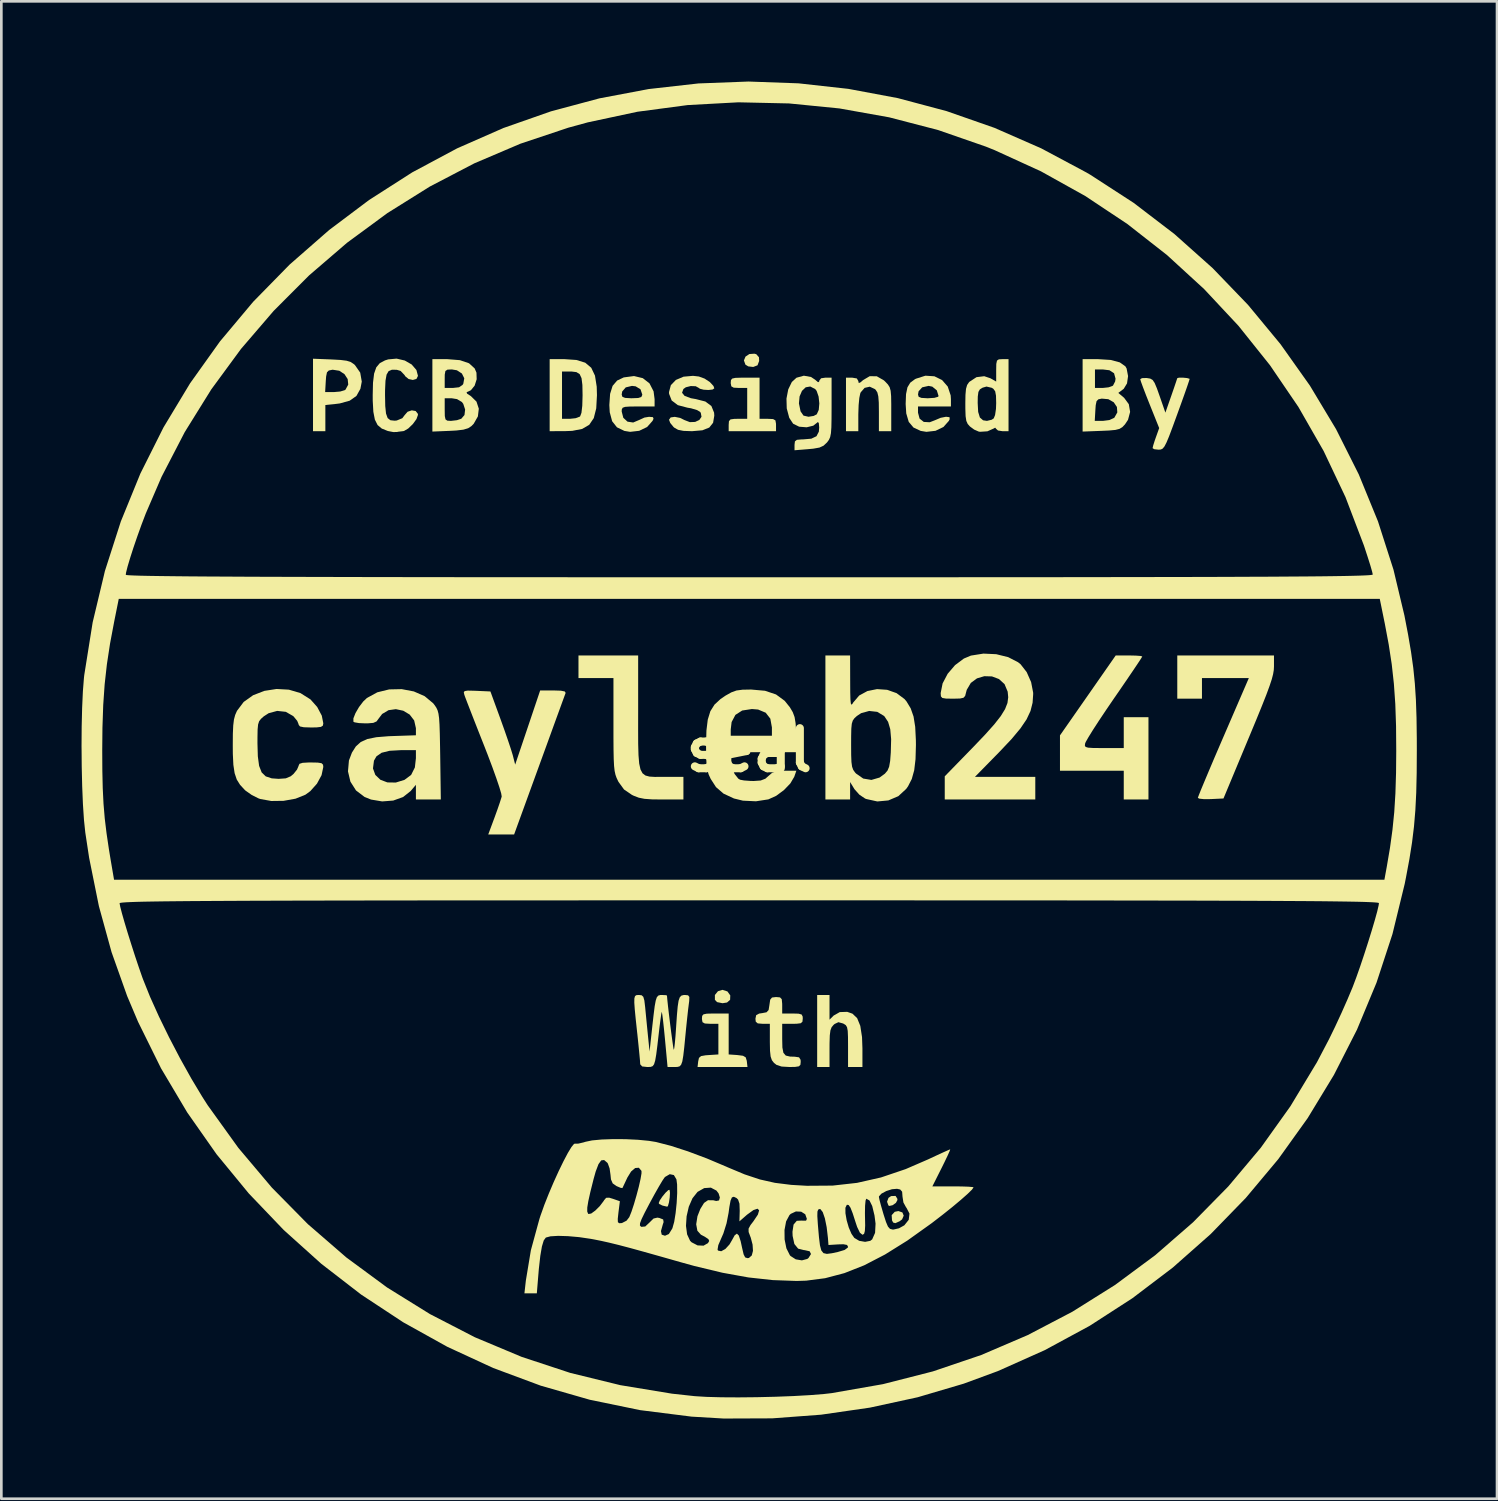
<source format=kicad_pcb>
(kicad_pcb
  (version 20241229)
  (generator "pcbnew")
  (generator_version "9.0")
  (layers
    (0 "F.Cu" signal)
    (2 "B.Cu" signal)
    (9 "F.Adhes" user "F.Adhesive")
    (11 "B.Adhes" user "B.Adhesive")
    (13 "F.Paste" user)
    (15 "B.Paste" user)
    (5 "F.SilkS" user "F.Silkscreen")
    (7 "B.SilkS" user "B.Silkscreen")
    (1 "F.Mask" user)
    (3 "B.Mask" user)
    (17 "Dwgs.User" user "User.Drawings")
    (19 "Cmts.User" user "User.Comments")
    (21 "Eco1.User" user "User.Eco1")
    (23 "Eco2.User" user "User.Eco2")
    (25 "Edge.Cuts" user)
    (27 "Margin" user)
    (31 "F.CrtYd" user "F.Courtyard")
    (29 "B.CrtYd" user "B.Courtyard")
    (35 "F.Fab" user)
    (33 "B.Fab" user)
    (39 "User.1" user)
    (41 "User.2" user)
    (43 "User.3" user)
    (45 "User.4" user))
  (footprint "seal"
    (layer "F.Cu")
    (at 24.976 25.008)
    (property "Reference" "seal" (at 0 0 0) (layer "F.SilkS") (effects (font (size 1.5 1.5) (thickness 0.3))))
    (attr board_only exclude_from_pos_files exclude_from_bom)
    (fp_poly (pts (xy -0.816 9.027) (xy -0.71 9.175) (xy -0.717 9.341) (xy -0.832 9.441) (xy -1.001 9.467) (xy -1.203 9.426) (xy -1.285 9.341) (xy -1.286 9.159) (xy -1.171 9.018) (xy -1.001 8.967)) (stroke (width 0) (type solid)) (fill yes) (layer "F.SilkS"))
    (fp_poly (pts (xy 5.539 16.781) (xy 5.542 16.828) (xy 5.486 16.934) (xy 5.363 17.022) (xy 5.241 17.05) (xy 5.206 17.033) (xy 5.154 16.893) (xy 5.208 16.747) (xy 5.306 16.681) (xy 5.473 16.675)) (stroke (width 0) (type solid)) (fill yes) (layer "F.SilkS"))
    (fp_poly (pts (xy 5.728 17.293) (xy 5.777 17.413) (xy 5.717 17.552) (xy 5.624 17.623) (xy 5.465 17.694) (xy 5.382 17.671) (xy 5.339 17.588) (xy 5.327 17.394) (xy 5.442 17.269) (xy 5.578 17.241)) (stroke (width 0) (type solid)) (fill yes) (layer "F.SilkS"))
    (fp_poly (pts (xy 0.263 -14.809) (xy 0.363 -14.695) (xy 0.37 -14.557) (xy 0.309 -14.394) (xy 0.15 -14.332) (xy 0.147 -14.332) (xy -0.037 -14.353) (xy -0.143 -14.418) (xy -0.2 -14.576) (xy -0.14 -14.72) (xy 0.004 -14.815) (xy 0.195 -14.828)) (stroke (width 0) (type solid)) (fill yes) (layer "F.SilkS"))
    (fp_poly (pts (xy -2.966 16.557) (xy -2.976 16.734) (xy -3.003 16.918) (xy -3.041 17.05) (xy -3.068 17.078) (xy -3.177 17.053) (xy -3.252 17.034) (xy -3.366 16.978) (xy -3.387 16.943) (xy -3.346 16.842) (xy -3.249 16.698) (xy -3.132 16.556) (xy -3.03 16.459) (xy -2.982 16.447)) (stroke (width 0) (type solid)) (fill yes) (layer "F.SilkS"))
    (fp_poly (pts (xy -0.77 10.617) (xy -0.77 11.383) (xy -0.443 11.406) (xy -0.234 11.433) (xy -0.133 11.492) (xy -0.095 11.615) (xy -0.091 11.642) (xy -0.067 11.853) (xy -1.001 11.853) (xy -1.934 11.853) (xy -1.91 11.642) (xy -1.881 11.512) (xy -1.803 11.445) (xy -1.633 11.415) (xy -1.52 11.407) (xy -1.155 11.383) (xy -1.155 10.81) (xy -1.155 10.237) (xy -1.462 10.237) (xy -1.661 10.226) (xy -1.749 10.177) (xy -1.77 10.061) (xy -1.77 10.045) (xy -1.762 9.941) (xy -1.712 9.883) (xy -1.587 9.858) (xy -1.352 9.852) (xy -1.27 9.852) (xy -0.77 9.852)) (stroke (width 0) (type solid)) (fill yes) (layer "F.SilkS"))
    (fp_poly (pts (xy 0.385 -13.162) (xy 0.385 -12.392) (xy 0.693 -12.392) (xy 0.89 -12.383) (xy 0.978 -12.334) (xy 1 -12.211) (xy 1.001 -12.161) (xy 1.001 -11.93) (xy 0.115 -11.93) (xy -0.77 -11.93) (xy -0.77 -12.161) (xy -0.76 -12.303) (xy -0.702 -12.37) (xy -0.554 -12.391) (xy -0.423 -12.392) (xy -0.077 -12.392) (xy -0.077 -12.969) (xy -0.077 -13.547) (xy -0.385 -13.547) (xy -0.583 -13.557) (xy -0.671 -13.607) (xy -0.693 -13.722) (xy -0.693 -13.739) (xy -0.685 -13.84) (xy -0.639 -13.897) (xy -0.521 -13.924) (xy -0.298 -13.931) (xy -0.154 -13.932) (xy 0.385 -13.932)) (stroke (width 0) (type solid)) (fill yes) (layer "F.SilkS"))
    (fp_poly (pts (xy 19.627 -3.13) (xy 19.62 -2.996) (xy 19.594 -2.841) (xy 19.544 -2.648) (xy 19.462 -2.401) (xy 19.345 -2.082) (xy 19.184 -1.674) (xy 18.975 -1.161) (xy 18.711 -0.525) (xy 18.682 -0.456) (xy 17.738 1.809) (xy 17.258 1.832) (xy 17.01 1.834) (xy 16.837 1.816) (xy 16.779 1.787) (xy 16.809 1.702) (xy 16.892 1.493) (xy 17.023 1.179) (xy 17.192 0.776) (xy 17.393 0.302) (xy 17.619 -0.224) (xy 17.733 -0.488) (xy 18.686 -2.694) (xy 17.81 -2.694) (xy 16.933 -2.694) (xy 16.933 -2.309) (xy 16.933 -1.924) (xy 16.472 -1.924) (xy 16.01 -1.924) (xy 16.01 -2.732) (xy 16.01 -3.541) (xy 17.818 -3.541) (xy 19.627 -3.541)) (stroke (width 0) (type solid)) (fill yes) (layer "F.SilkS"))
    (fp_poly (pts (xy -6.908 -14.624) (xy -6.463 -14.593) (xy -6.135 -14.491) (xy -5.91 -14.301) (xy -5.771 -14.008) (xy -5.706 -13.595) (xy -5.697 -13.277) (xy -5.724 -12.783) (xy -5.816 -12.419) (xy -5.986 -12.168) (xy -6.25 -12.014) (xy -6.622 -11.942) (xy -6.908 -11.931) (xy -7.466 -11.93) (xy -7.466 -13.277) (xy -7.004 -13.277) (xy -7.004 -12.392) (xy -6.712 -12.392) (xy -6.496 -12.415) (xy -6.343 -12.472) (xy -6.327 -12.484) (xy -6.277 -12.616) (xy -6.246 -12.882) (xy -6.235 -13.265) (xy -6.235 -13.277) (xy -6.242 -13.659) (xy -6.274 -13.913) (xy -6.344 -14.064) (xy -6.465 -14.139) (xy -6.653 -14.162) (xy -6.712 -14.162) (xy -7.004 -14.162) (xy -7.004 -13.277) (xy -7.466 -13.277) (xy -7.466 -14.624)) (stroke (width 0) (type solid)) (fill yes) (layer "F.SilkS"))
    (fp_poly (pts (xy 3.002 9.621) (xy 3.002 10.083) (xy 3.156 9.929) (xy 3.386 9.799) (xy 3.664 9.79) (xy 3.86 9.858) (xy 4.035 10.025) (xy 4.153 10.314) (xy 4.218 10.734) (xy 4.233 11.158) (xy 4.233 11.853) (xy 3.964 11.853) (xy 3.695 11.853) (xy 3.695 11.082) (xy 3.693 10.731) (xy 3.683 10.502) (xy 3.657 10.364) (xy 3.61 10.287) (xy 3.533 10.237) (xy 3.502 10.223) (xy 3.334 10.177) (xy 3.194 10.243) (xy 3.156 10.275) (xy 3.082 10.362) (xy 3.036 10.482) (xy 3.012 10.671) (xy 3.003 10.963) (xy 3.002 11.134) (xy 3.002 11.853) (xy 2.771 11.853) (xy 2.54 11.853) (xy 2.54 10.506) (xy 2.54 9.159) (xy 2.771 9.159) (xy 3.002 9.159)) (stroke (width 0) (type solid)) (fill yes) (layer "F.SilkS"))
    (fp_poly (pts (xy -15.631 -14.613) (xy -15.288 -14.594) (xy -15.059 -14.565) (xy -14.905 -14.516) (xy -14.787 -14.436) (xy -14.75 -14.403) (xy -14.552 -14.119) (xy -14.494 -13.784) (xy -14.545 -13.515) (xy -14.694 -13.248) (xy -14.946 -13.07) (xy -15.316 -12.968) (xy -15.439 -12.952) (xy -15.856 -12.909) (xy -15.856 -12.42) (xy -15.856 -11.93) (xy -16.087 -11.93) (xy -16.318 -11.93) (xy -16.318 -13.285) (xy -16.318 -13.393) (xy -15.864 -13.393) (xy -15.529 -13.393) (xy -15.301 -13.413) (xy -15.133 -13.463) (xy -15.101 -13.485) (xy -15 -13.674) (xy -15.021 -13.878) (xy -15.14 -14.062) (xy -15.334 -14.19) (xy -15.578 -14.228) (xy -15.601 -14.226) (xy -15.728 -14.199) (xy -15.796 -14.131) (xy -15.827 -13.978) (xy -15.841 -13.797) (xy -15.864 -13.393) (xy -16.318 -13.393) (xy -16.318 -14.64)) (stroke (width 0) (type solid)) (fill yes) (layer "F.SilkS"))
    (fp_poly (pts (xy -4.156 -1.441) (xy -4.157 -0.763) (xy -4.155 -0.224) (xy -4.143 0.193) (xy -4.117 0.503) (xy -4.069 0.722) (xy -3.993 0.866) (xy -3.883 0.95) (xy -3.733 0.99) (xy -3.537 1.002) (xy -3.288 1.001) (xy -3.19 1.001) (xy -2.463 1.001) (xy -2.463 1.424) (xy -2.463 1.847) (xy -3.255 1.847) (xy -3.643 1.842) (xy -3.921 1.822) (xy -4.131 1.78) (xy -4.317 1.709) (xy -4.39 1.674) (xy -4.684 1.473) (xy -4.89 1.19) (xy -4.907 1.157) (xy -4.963 1.039) (xy -5.005 0.92) (xy -5.036 0.778) (xy -5.057 0.59) (xy -5.07 0.333) (xy -5.077 -0.014) (xy -5.08 -0.475) (xy -5.08 -0.94) (xy -5.08 -2.694) (xy -5.734 -2.694) (xy -6.388 -2.694) (xy -6.388 -3.117) (xy -6.388 -3.541) (xy -5.272 -3.541) (xy -4.156 -3.541)) (stroke (width 0) (type solid)) (fill yes) (layer "F.SilkS"))
    (fp_poly (pts (xy 4.771 -13.983) (xy 5.035 -13.831) (xy 5.086 -13.783) (xy 5.186 -13.677) (xy 5.251 -13.575) (xy 5.288 -13.442) (xy 5.306 -13.243) (xy 5.311 -12.943) (xy 5.311 -12.744) (xy 5.311 -11.93) (xy 5.08 -11.93) (xy 4.849 -11.93) (xy 4.849 -12.65) (xy 4.845 -13) (xy 4.827 -13.232) (xy 4.791 -13.379) (xy 4.73 -13.475) (xy 4.701 -13.503) (xy 4.507 -13.594) (xy 4.315 -13.55) (xy 4.169 -13.383) (xy 4.152 -13.343) (xy 4.117 -13.175) (xy 4.091 -12.907) (xy 4.08 -12.592) (xy 4.079 -12.541) (xy 4.079 -11.93) (xy 3.848 -11.93) (xy 3.618 -11.93) (xy 3.618 -12.931) (xy 3.618 -13.932) (xy 3.848 -13.932) (xy 4.024 -13.902) (xy 4.079 -13.806) (xy 4.079 -13.803) (xy 4.096 -13.729) (xy 4.165 -13.759) (xy 4.258 -13.841) (xy 4.506 -13.987)) (stroke (width 0) (type solid)) (fill yes) (layer "F.SilkS"))
    (fp_poly (pts (xy 14.458 -3.535) (xy 14.637 -3.522) (xy 14.701 -3.503) (xy 14.659 -3.432) (xy 14.542 -3.253) (xy 14.36 -2.982) (xy 14.127 -2.639) (xy 13.854 -2.24) (xy 13.65 -1.945) (xy 13.353 -1.51) (xy 13.085 -1.109) (xy 12.86 -0.762) (xy 12.69 -0.488) (xy 12.587 -0.307) (xy 12.563 -0.25) (xy 12.553 -0.17) (xy 12.581 -0.12) (xy 12.673 -0.092) (xy 12.857 -0.08) (xy 13.16 -0.077) (xy 13.268 -0.077) (xy 14.008 -0.077) (xy 14.008 -0.654) (xy 14.008 -1.232) (xy 14.47 -1.232) (xy 14.932 -1.232) (xy 14.932 0.308) (xy 14.932 1.847) (xy 14.47 1.847) (xy 14.008 1.847) (xy 14.008 1.308) (xy 14.008 0.77) (xy 12.815 0.77) (xy 11.622 0.77) (xy 11.622 0.109) (xy 11.622 -0.551) (xy 12.665 -2.046) (xy 13.707 -3.541) (xy 14.204 -3.541)) (stroke (width 0) (type solid)) (fill yes) (layer "F.SilkS"))
    (fp_poly (pts (xy 16.22 -13.932) (xy 16.375 -13.917) (xy 16.467 -13.89) (xy 16.472 -13.883) (xy 16.446 -13.798) (xy 16.377 -13.593) (xy 16.271 -13.291) (xy 16.137 -12.917) (xy 15.999 -12.536) (xy 15.83 -12.074) (xy 15.703 -11.737) (xy 15.606 -11.505) (xy 15.53 -11.359) (xy 15.464 -11.279) (xy 15.398 -11.245) (xy 15.32 -11.238) (xy 15.306 -11.238) (xy 15.149 -11.255) (xy 15.086 -11.295) (xy 15.109 -11.396) (xy 15.17 -11.588) (xy 15.209 -11.699) (xy 15.333 -12.046) (xy 14.979 -12.928) (xy 14.843 -13.271) (xy 14.731 -13.563) (xy 14.654 -13.774) (xy 14.624 -13.874) (xy 14.624 -13.875) (xy 14.691 -13.914) (xy 14.854 -13.919) (xy 14.874 -13.917) (xy 14.998 -13.897) (xy 15.087 -13.846) (xy 15.163 -13.734) (xy 15.248 -13.531) (xy 15.345 -13.258) (xy 15.565 -12.623) (xy 15.787 -13.258) (xy 15.886 -13.544) (xy 15.962 -13.768) (xy 16.004 -13.896) (xy 16.009 -13.912) (xy 16.074 -13.932)) (stroke (width 0) (type solid)) (fill yes) (layer "F.SilkS"))
    (fp_poly (pts (xy -7.047 -2.223) (xy -6.901 -2.194) (xy -6.869 -2.141) (xy -6.87 -2.136) (xy -6.904 -2.044) (xy -6.985 -1.823) (xy -7.105 -1.493) (xy -7.26 -1.068) (xy -7.442 -0.566) (xy -7.646 -0.005) (xy -7.851 0.558) (xy -8.796 3.156) (xy -9.28 3.156) (xy -9.764 3.156) (xy -9.528 2.521) (xy -9.417 2.214) (xy -9.326 1.949) (xy -9.269 1.768) (xy -9.26 1.732) (xy -9.279 1.619) (xy -9.348 1.386) (xy -9.46 1.054) (xy -9.607 0.644) (xy -9.783 0.178) (xy -9.916 -0.163) (xy -10.111 -0.657) (xy -10.289 -1.11) (xy -10.441 -1.501) (xy -10.56 -1.808) (xy -10.636 -2.008) (xy -10.658 -2.072) (xy -10.678 -2.16) (xy -10.646 -2.208) (xy -10.533 -2.226) (xy -10.306 -2.221) (xy -10.197 -2.217) (xy -9.682 -2.194) (xy -9.303 -1.155) (xy -9.158 -0.75) (xy -9.026 -0.369) (xy -8.919 -0.048) (xy -8.85 0.176) (xy -8.84 0.213) (xy -8.756 0.542) (xy -8.288 -0.845) (xy -7.821 -2.232) (xy -7.327 -2.232)) (stroke (width 0) (type solid)) (fill yes) (layer "F.SilkS"))
    (fp_poly (pts (xy 6.925 -13.983) (xy 7.212 -13.842) (xy 7.424 -13.599) (xy 7.534 -13.268) (xy 7.543 -13.127) (xy 7.543 -12.854) (xy 6.927 -12.854) (xy 6.312 -12.854) (xy 6.312 -12.621) (xy 6.371 -12.4) (xy 6.528 -12.276) (xy 6.75 -12.264) (xy 6.942 -12.338) (xy 7.159 -12.43) (xy 7.359 -12.469) (xy 7.36 -12.469) (xy 7.491 -12.453) (xy 7.496 -12.377) (xy 7.466 -12.315) (xy 7.262 -12.086) (xy 6.967 -11.944) (xy 6.627 -11.905) (xy 6.413 -11.94) (xy 6.142 -12.067) (xy 5.965 -12.278) (xy 5.872 -12.595) (xy 5.85 -12.946) (xy 5.863 -13.3) (xy 6.312 -13.3) (xy 6.337 -13.216) (xy 6.439 -13.175) (xy 6.652 -13.162) (xy 6.696 -13.162) (xy 6.925 -13.177) (xy 7.061 -13.216) (xy 7.081 -13.244) (xy 7.015 -13.457) (xy 6.846 -13.596) (xy 6.709 -13.624) (xy 6.469 -13.57) (xy 6.334 -13.422) (xy 6.312 -13.3) (xy 5.863 -13.3) (xy 5.864 -13.317) (xy 5.917 -13.57) (xy 6.022 -13.744) (xy 6.195 -13.872) (xy 6.233 -13.892) (xy 6.589 -14.005)) (stroke (width 0) (type solid)) (fill yes) (layer "F.SilkS"))
    (fp_poly (pts (xy -3.982 -13.913) (xy -3.732 -13.718) (xy -3.579 -13.42) (xy -3.541 -13.127) (xy -3.541 -12.854) (xy -4.156 -12.854) (xy -4.462 -12.852) (xy -4.645 -12.839) (xy -4.736 -12.806) (xy -4.768 -12.743) (xy -4.772 -12.667) (xy -4.711 -12.43) (xy -4.554 -12.286) (xy -4.342 -12.254) (xy -4.113 -12.351) (xy -3.921 -12.439) (xy -3.75 -12.467) (xy -3.603 -12.455) (xy -3.581 -12.394) (xy -3.618 -12.315) (xy -3.821 -12.086) (xy -4.116 -11.944) (xy -4.457 -11.905) (xy -4.671 -11.94) (xy -4.95 -12.075) (xy -5.129 -12.302) (xy -5.219 -12.638) (xy -5.234 -12.907) (xy -5.207 -13.3) (xy -4.772 -13.3) (xy -4.746 -13.216) (xy -4.645 -13.175) (xy -4.432 -13.162) (xy -4.387 -13.162) (xy -4.154 -13.171) (xy -4.038 -13.208) (xy -4.003 -13.284) (xy -4.002 -13.3) (xy -4.068 -13.496) (xy -4.249 -13.607) (xy -4.387 -13.624) (xy -4.62 -13.568) (xy -4.752 -13.416) (xy -4.772 -13.3) (xy -5.207 -13.3) (xy -5.205 -13.327) (xy -5.112 -13.625) (xy -4.943 -13.823) (xy -4.695 -13.941) (xy -4.31 -13.992)) (stroke (width 0) (type solid)) (fill yes) (layer "F.SilkS"))
    (fp_poly (pts (xy 1.15 9.249) (xy 1.215 9.316) (xy 1.231 9.482) (xy 1.232 9.544) (xy 1.232 9.852) (xy 1.616 9.852) (xy 1.845 9.858) (xy 1.959 9.89) (xy 1.998 9.967) (xy 2.001 10.045) (xy 1.989 10.159) (xy 1.925 10.216) (xy 1.771 10.235) (xy 1.616 10.237) (xy 1.232 10.237) (xy 1.232 10.806) (xy 1.239 11.126) (xy 1.277 11.322) (xy 1.365 11.425) (xy 1.525 11.463) (xy 1.7 11.468) (xy 1.862 11.491) (xy 1.92 11.584) (xy 1.924 11.661) (xy 1.913 11.771) (xy 1.855 11.828) (xy 1.712 11.85) (xy 1.501 11.853) (xy 1.209 11.836) (xy 1.02 11.774) (xy 0.924 11.699) (xy 0.846 11.598) (xy 0.799 11.46) (xy 0.776 11.246) (xy 0.77 10.92) (xy 0.77 10.891) (xy 0.77 10.237) (xy 0.5 10.237) (xy 0.318 10.222) (xy 0.243 10.158) (xy 0.231 10.049) (xy 0.258 9.915) (xy 0.371 9.854) (xy 0.481 9.838) (xy 0.647 9.806) (xy 0.724 9.721) (xy 0.754 9.534) (xy 0.755 9.525) (xy 0.783 9.335) (xy 0.851 9.254) (xy 0.998 9.236) (xy 1.005 9.236)) (stroke (width 0) (type solid)) (fill yes) (layer "F.SilkS"))
    (fp_poly (pts (xy -12.886 -14.573) (xy -12.627 -14.424) (xy -12.45 -14.218) (xy -12.392 -13.998) (xy -12.449 -13.884) (xy -12.584 -13.846) (xy -12.742 -13.881) (xy -12.87 -13.986) (xy -12.893 -14.028) (xy -13.039 -14.181) (xy -13.186 -14.226) (xy -13.366 -14.229) (xy -13.489 -14.177) (xy -13.566 -14.046) (xy -13.607 -13.816) (xy -13.623 -13.463) (xy -13.624 -13.277) (xy -13.616 -12.868) (xy -13.587 -12.589) (xy -13.526 -12.42) (xy -13.423 -12.339) (xy -13.267 -12.322) (xy -13.186 -12.329) (xy -12.977 -12.415) (xy -12.893 -12.527) (xy -12.781 -12.656) (xy -12.625 -12.709) (xy -12.479 -12.684) (xy -12.397 -12.581) (xy -12.392 -12.54) (xy -12.448 -12.382) (xy -12.584 -12.196) (xy -12.755 -12.031) (xy -12.915 -11.937) (xy -12.957 -11.93) (xy -13.133 -11.909) (xy -13.175 -11.899) (xy -13.316 -11.897) (xy -13.516 -11.936) (xy -13.523 -11.938) (xy -13.745 -12.027) (xy -13.902 -12.159) (xy -14.004 -12.361) (xy -14.061 -12.655) (xy -14.084 -13.068) (xy -14.085 -13.277) (xy -14.074 -13.744) (xy -14.033 -14.082) (xy -13.951 -14.318) (xy -13.819 -14.475) (xy -13.624 -14.578) (xy -13.505 -14.615) (xy -13.191 -14.644)) (stroke (width 0) (type solid)) (fill yes) (layer "F.SilkS"))
    (fp_poly (pts (xy -1.885 -13.975) (xy -1.672 -13.897) (xy -1.473 -13.766) (xy -1.338 -13.619) (xy -1.308 -13.532) (xy -1.374 -13.487) (xy -1.527 -13.471) (xy -1.705 -13.481) (xy -1.847 -13.517) (xy -1.886 -13.547) (xy -2.003 -13.611) (xy -2.189 -13.618) (xy -2.373 -13.572) (xy -2.463 -13.508) (xy -2.514 -13.367) (xy -2.418 -13.25) (xy -2.184 -13.163) (xy -1.997 -13.13) (xy -1.642 -13.039) (xy -1.417 -12.872) (xy -1.316 -12.624) (xy -1.308 -12.511) (xy -1.353 -12.244) (xy -1.496 -12.065) (xy -1.753 -11.963) (xy -2.137 -11.93) (xy -2.155 -11.93) (xy -2.462 -11.941) (xy -2.662 -11.981) (xy -2.802 -12.06) (xy -2.833 -12.087) (xy -2.955 -12.236) (xy -3.002 -12.357) (xy -2.94 -12.444) (xy -2.786 -12.466) (xy -2.587 -12.426) (xy -2.422 -12.345) (xy -2.222 -12.268) (xy -2.025 -12.276) (xy -1.868 -12.349) (xy -1.786 -12.468) (xy -1.813 -12.615) (xy -1.84 -12.653) (xy -1.963 -12.723) (xy -2.179 -12.786) (xy -2.313 -12.809) (xy -2.673 -12.904) (xy -2.902 -13.078) (xy -2.999 -13.328) (xy -3.002 -13.393) (xy -2.933 -13.651) (xy -2.744 -13.847) (xy -2.459 -13.968) (xy -2.105 -14)) (stroke (width 0) (type solid)) (fill yes) (layer "F.SilkS"))
    (fp_poly (pts (xy 9.698 -13.277) (xy 9.698 -11.93) (xy 9.467 -11.93) (xy 9.305 -11.955) (xy 9.236 -12.016) (xy 9.236 -12.017) (xy 9.198 -12.061) (xy 9.14 -12.028) (xy 8.908 -11.925) (xy 8.632 -11.907) (xy 8.582 -11.915) (xy 8.413 -11.989) (xy 8.255 -12.105) (xy 8.171 -12.199) (xy 8.119 -12.315) (xy 8.092 -12.492) (xy 8.083 -12.766) (xy 8.082 -12.944) (xy 8.082 -12.986) (xy 8.544 -12.986) (xy 8.562 -12.65) (xy 8.626 -12.441) (xy 8.746 -12.337) (xy 8.89 -12.315) (xy 9.067 -12.357) (xy 9.144 -12.408) (xy 9.194 -12.533) (xy 9.228 -12.762) (xy 9.236 -12.982) (xy 9.229 -13.257) (xy 9.199 -13.42) (xy 9.133 -13.512) (xy 9.073 -13.552) (xy 8.873 -13.599) (xy 8.726 -13.556) (xy 8.626 -13.494) (xy 8.571 -13.398) (xy 8.548 -13.225) (xy 8.544 -12.986) (xy 8.082 -12.986) (xy 8.087 -13.287) (xy 8.107 -13.512) (xy 8.149 -13.658) (xy 8.219 -13.76) (xy 8.234 -13.776) (xy 8.499 -13.95) (xy 8.789 -13.986) (xy 9.02 -13.909) (xy 9.236 -13.785) (xy 9.236 -14.204) (xy 9.24 -14.445) (xy 9.266 -14.57) (xy 9.335 -14.617) (xy 9.467 -14.624) (xy 9.698 -14.624)) (stroke (width 0) (type solid)) (fill yes) (layer "F.SilkS"))
    (fp_poly (pts (xy 13.519 -14.594) (xy 13.86 -14.503) (xy 14.068 -14.356) (xy 14.115 -14.274) (xy 14.169 -13.99) (xy 14.13 -13.717) (xy 14.007 -13.515) (xy 13.983 -13.496) (xy 13.804 -13.361) (xy 14.022 -13.177) (xy 14.197 -12.939) (xy 14.246 -12.651) (xy 14.167 -12.355) (xy 14.054 -12.185) (xy 13.955 -12.081) (xy 13.848 -12.016) (xy 13.695 -11.977) (xy 13.458 -11.955) (xy 13.169 -11.942) (xy 12.469 -11.915) (xy 12.469 -12.315) (xy 12.923 -12.315) (xy 13.229 -12.315) (xy 13.471 -12.346) (xy 13.645 -12.426) (xy 13.657 -12.436) (xy 13.767 -12.632) (xy 13.752 -12.835) (xy 13.633 -13.011) (xy 13.432 -13.126) (xy 13.186 -13.148) (xy 13.059 -13.122) (xy 12.991 -13.053) (xy 12.959 -12.901) (xy 12.946 -12.719) (xy 12.923 -12.315) (xy 12.469 -12.315) (xy 12.469 -13.27) (xy 12.469 -13.893) (xy 12.931 -13.893) (xy 12.931 -13.547) (xy 13.223 -13.547) (xy 13.439 -13.57) (xy 13.593 -13.626) (xy 13.608 -13.639) (xy 13.685 -13.789) (xy 13.701 -13.893) (xy 13.645 -14.096) (xy 13.472 -14.209) (xy 13.223 -14.239) (xy 12.931 -14.239) (xy 12.931 -13.893) (xy 12.469 -13.893) (xy 12.469 -14.624) (xy 13.05 -14.624)) (stroke (width 0) (type solid)) (fill yes) (layer "F.SilkS"))
    (fp_poly (pts (xy 9.238 -3.588) (xy 9.684 -3.478) (xy 10.052 -3.289) (xy 10.149 -3.211) (xy 10.377 -2.918) (xy 10.543 -2.543) (xy 10.618 -2.155) (xy 10.62 -2.1) (xy 10.598 -1.773) (xy 10.52 -1.464) (xy 10.373 -1.151) (xy 10.143 -0.812) (xy 9.819 -0.423) (xy 9.386 0.036) (xy 9.365 0.058) (xy 8.441 1.001) (xy 9.57 1.001) (xy 10.699 1.001) (xy 10.699 1.424) (xy 10.699 1.847) (xy 9.005 1.847) (xy 7.312 1.847) (xy 7.312 1.413) (xy 7.312 0.98) (xy 8.379 -0.116) (xy 8.822 -0.58) (xy 9.161 -0.959) (xy 9.406 -1.271) (xy 9.568 -1.533) (xy 9.658 -1.763) (xy 9.686 -1.978) (xy 9.666 -2.187) (xy 9.549 -2.468) (xy 9.341 -2.658) (xy 9.078 -2.757) (xy 8.792 -2.765) (xy 8.518 -2.684) (xy 8.287 -2.513) (xy 8.135 -2.255) (xy 8.109 -2.157) (xy 8.075 -2.027) (xy 8.013 -1.958) (xy 7.882 -1.93) (xy 7.641 -1.924) (xy 7.61 -1.924) (xy 7.358 -1.928) (xy 7.223 -1.95) (xy 7.169 -2.009) (xy 7.16 -2.12) (xy 7.16 -2.136) (xy 7.232 -2.495) (xy 7.421 -2.855) (xy 7.697 -3.178) (xy 8.027 -3.425) (xy 8.291 -3.536) (xy 8.759 -3.61)) (stroke (width 0) (type solid)) (fill yes) (layer "F.SilkS"))
    (fp_poly (pts (xy -11.295 -14.624) (xy -10.823 -14.586) (xy -10.483 -14.47) (xy -10.271 -14.277) (xy -10.204 -14.119) (xy -10.196 -13.872) (xy -10.272 -13.634) (xy -10.41 -13.464) (xy -10.484 -13.426) (xy -10.574 -13.386) (xy -10.554 -13.334) (xy -10.411 -13.24) (xy -10.41 -13.239) (xy -10.203 -13.035) (xy -10.116 -12.77) (xy -10.151 -12.482) (xy -10.306 -12.209) (xy -10.39 -12.123) (xy -10.515 -12.04) (xy -10.692 -11.987) (xy -10.961 -11.955) (xy -11.207 -11.942) (xy -11.853 -11.915) (xy -11.853 -12.738) (xy -11.392 -12.738) (xy -11.388 -12.496) (xy -11.362 -12.371) (xy -11.294 -12.323) (xy -11.162 -12.315) (xy -11.156 -12.315) (xy -10.933 -12.341) (xy -10.771 -12.395) (xy -10.652 -12.535) (xy -10.628 -12.74) (xy -10.698 -12.952) (xy -10.749 -13.021) (xy -10.931 -13.129) (xy -11.134 -13.162) (xy -11.392 -13.162) (xy -11.392 -12.738) (xy -11.853 -12.738) (xy -11.853 -13.269) (xy -11.853 -13.893) (xy -11.392 -13.893) (xy -11.392 -13.547) (xy -11.086 -13.547) (xy -10.856 -13.572) (xy -10.725 -13.66) (xy -10.696 -13.706) (xy -10.66 -13.908) (xy -10.749 -14.087) (xy -10.936 -14.208) (xy -11.124 -14.239) (xy -11.288 -14.232) (xy -11.366 -14.181) (xy -11.39 -14.046) (xy -11.392 -13.893) (xy -11.853 -13.893) (xy -11.853 -14.624)) (stroke (width 0) (type solid)) (fill yes) (layer "F.SilkS"))
    (fp_poly (pts (xy 2.31 -13.957) (xy 2.463 -13.855) (xy 2.574 -13.761) (xy 2.615 -13.783) (xy 2.617 -13.816) (xy 2.686 -13.908) (xy 2.848 -13.932) (xy 3.079 -13.932) (xy 3.079 -12.82) (xy 3.077 -12.381) (xy 3.071 -12.069) (xy 3.055 -11.854) (xy 3.026 -11.709) (xy 2.98 -11.606) (xy 2.915 -11.517) (xy 2.903 -11.504) (xy 2.78 -11.388) (xy 2.627 -11.317) (xy 2.397 -11.276) (xy 2.21 -11.258) (xy 1.693 -11.216) (xy 1.693 -11.419) (xy 1.708 -11.549) (xy 1.782 -11.607) (xy 1.958 -11.622) (xy 2.006 -11.622) (xy 2.322 -11.649) (xy 2.514 -11.741) (xy 2.603 -11.912) (xy 2.616 -12.068) (xy 2.602 -12.228) (xy 2.569 -12.275) (xy 2.556 -12.262) (xy 2.394 -12.135) (xy 2.147 -12.075) (xy 1.873 -12.097) (xy 1.861 -12.1) (xy 1.641 -12.209) (xy 1.5 -12.422) (xy 1.495 -12.432) (xy 1.402 -12.782) (xy 1.397 -12.968) (xy 1.858 -12.968) (xy 1.917 -12.681) (xy 1.922 -12.667) (xy 2.029 -12.512) (xy 2.215 -12.469) (xy 2.408 -12.5) (xy 2.525 -12.561) (xy 2.599 -12.725) (xy 2.621 -12.967) (xy 2.593 -13.226) (xy 2.52 -13.437) (xy 2.469 -13.503) (xy 2.282 -13.601) (xy 2.111 -13.571) (xy 1.972 -13.438) (xy 1.882 -13.229) (xy 1.858 -12.968) (xy 1.397 -12.968) (xy 1.392 -13.149) (xy 1.458 -13.492) (xy 1.592 -13.769) (xy 1.766 -13.929) (xy 2.041 -14.005)) (stroke (width 0) (type solid)) (fill yes) (layer "F.SilkS"))
    (fp_poly (pts (xy 0.589 -2.22) (xy 1.001 -2.082) (xy 1.326 -1.843) (xy 1.52 -1.601) (xy 1.627 -1.42) (xy 1.695 -1.237) (xy 1.733 -1.007) (xy 1.755 -0.68) (xy 1.759 -0.602) (xy 1.786 0.077) (xy 0.546 0.077) (xy -0.693 0.077) (xy -0.693 0.35) (xy -0.653 0.633) (xy -0.55 0.89) (xy -0.409 1.068) (xy -0.343 1.107) (xy -0.195 1.135) (xy 0.038 1.152) (xy 0.164 1.155) (xy 0.427 1.137) (xy 0.602 1.07) (xy 0.724 0.962) (xy 0.859 0.846) (xy 1.022 0.788) (xy 1.269 0.77) (xy 1.333 0.77) (xy 1.762 0.77) (xy 1.683 0.997) (xy 1.537 1.245) (xy 1.295 1.497) (xy 1.005 1.711) (xy 0.718 1.841) (xy 0.717 1.842) (xy 0.25 1.914) (xy -0.236 1.891) (xy -0.573 1.809) (xy -0.963 1.627) (xy -1.244 1.384) (xy -1.443 1.076) (xy -1.519 0.91) (xy -1.569 0.74) (xy -1.598 0.528) (xy -1.613 0.238) (xy -1.616 -0.167) (xy -1.616 -0.197) (xy -1.602 -0.731) (xy -1.597 -0.775) (xy -0.693 -0.775) (xy -0.693 -0.539) (xy 0.077 -0.539) (xy 0.847 -0.539) (xy 0.847 -0.85) (xy 0.788 -1.176) (xy 0.615 -1.399) (xy 0.331 -1.518) (xy 0.1 -1.537) (xy -0.265 -1.481) (xy -0.518 -1.318) (xy -0.66 -1.05) (xy -0.693 -0.775) (xy -1.597 -0.775) (xy -1.552 -1.141) (xy -1.455 -1.456) (xy -1.299 -1.704) (xy -1.074 -1.912) (xy -0.887 -2.039) (xy -0.671 -2.16) (xy -0.479 -2.23) (xy -0.252 -2.26) (xy 0.069 -2.266)) (stroke (width 0) (type solid)) (fill yes) (layer "F.SilkS"))
    (fp_poly (pts (xy 3.775 -2.559) (xy 3.777 -2.16) (xy 3.784 -1.896) (xy 3.798 -1.748) (xy 3.821 -1.698) (xy 3.856 -1.727) (xy 3.887 -1.779) (xy 4.111 -2.042) (xy 4.42 -2.21) (xy 4.78 -2.282) (xy 5.155 -2.256) (xy 5.509 -2.132) (xy 5.807 -1.91) (xy 5.882 -1.821) (xy 6.038 -1.563) (xy 6.145 -1.257) (xy 6.207 -0.871) (xy 6.232 -0.374) (xy 6.234 -0.192) (xy 6.219 0.34) (xy 6.17 0.753) (xy 6.079 1.08) (xy 5.94 1.352) (xy 5.87 1.451) (xy 5.575 1.723) (xy 5.202 1.882) (xy 4.79 1.92) (xy 4.374 1.828) (xy 4.331 1.81) (xy 4.12 1.668) (xy 3.94 1.467) (xy 3.927 1.448) (xy 3.772 1.193) (xy 3.772 1.52) (xy 3.772 1.847) (xy 3.31 1.847) (xy 2.848 1.847) (xy 2.848 -0.206) (xy 3.81 -0.206) (xy 3.812 0.18) (xy 3.822 0.444) (xy 3.846 0.62) (xy 3.889 0.739) (xy 3.956 0.834) (xy 3.993 0.875) (xy 4.264 1.064) (xy 4.569 1.115) (xy 4.875 1.026) (xy 5.073 0.881) (xy 5.171 0.766) (xy 5.232 0.621) (xy 5.27 0.406) (xy 5.294 0.087) (xy 5.307 -0.409) (xy 5.274 -0.782) (xy 5.193 -1.057) (xy 5.058 -1.26) (xy 5.04 -1.279) (xy 4.788 -1.431) (xy 4.486 -1.465) (xy 4.184 -1.382) (xy 4.026 -1.277) (xy 3.933 -1.192) (xy 3.872 -1.105) (xy 3.835 -0.986) (xy 3.817 -0.801) (xy 3.811 -0.52) (xy 3.81 -0.206) (xy 2.848 -0.206) (xy 2.848 -0.847) (xy 2.848 -3.541) (xy 3.31 -3.541) (xy 3.772 -3.541)) (stroke (width 0) (type solid)) (fill yes) (layer "F.SilkS"))
    (fp_poly (pts (xy -17.22 -2.261) (xy -16.787 -2.133) (xy -16.414 -1.897) (xy -16.413 -1.897) (xy -16.16 -1.611) (xy -15.99 -1.29) (xy -15.933 -1.003) (xy -15.949 -0.916) (xy -16.021 -0.869) (xy -16.185 -0.85) (xy -16.395 -0.847) (xy -16.661 -0.855) (xy -16.804 -0.885) (xy -16.855 -0.946) (xy -16.856 -0.966) (xy -16.909 -1.095) (xy -17.039 -1.253) (xy -17.06 -1.274) (xy -17.336 -1.432) (xy -17.657 -1.467) (xy -17.978 -1.38) (xy -18.159 -1.263) (xy -18.264 -1.17) (xy -18.333 -1.08) (xy -18.372 -0.96) (xy -18.39 -0.775) (xy -18.395 -0.491) (xy -18.396 -0.257) (xy -18.382 0.232) (xy -18.334 0.589) (xy -18.239 0.833) (xy -18.086 0.982) (xy -17.864 1.056) (xy -17.603 1.075) (xy -17.336 1.056) (xy -17.151 0.978) (xy -17.045 0.889) (xy -16.916 0.728) (xy -16.857 0.59) (xy -16.856 0.581) (xy -16.824 0.512) (xy -16.706 0.475) (xy -16.472 0.462) (xy -16.395 0.462) (xy -16.138 0.467) (xy -15.999 0.49) (xy -15.943 0.545) (xy -15.933 0.63) (xy -15.998 0.937) (xy -16.17 1.255) (xy -16.418 1.533) (xy -16.602 1.668) (xy -16.972 1.817) (xy -17.419 1.897) (xy -17.878 1.903) (xy -18.289 1.829) (xy -18.355 1.806) (xy -18.61 1.678) (xy -18.842 1.515) (xy -18.871 1.488) (xy -19.046 1.299) (xy -19.17 1.101) (xy -19.25 0.862) (xy -19.297 0.552) (xy -19.317 0.139) (xy -19.319 -0.188) (xy -19.316 -0.615) (xy -19.302 -0.922) (xy -19.275 -1.145) (xy -19.229 -1.316) (xy -19.162 -1.469) (xy -18.911 -1.802) (xy -18.559 -2.053) (xy -18.138 -2.216) (xy -17.681 -2.287)) (stroke (width 0) (type solid)) (fill yes) (layer "F.SilkS"))
    (fp_poly (pts (xy -12.547 -2.195) (xy -12.143 -2.018) (xy -11.824 -1.753) (xy -11.764 -1.676) (xy -11.704 -1.586) (xy -11.659 -1.49) (xy -11.626 -1.368) (xy -11.602 -1.195) (xy -11.586 -0.95) (xy -11.575 -0.61) (xy -11.566 -0.153) (xy -11.56 0.212) (xy -11.537 1.847) (xy -12.003 1.847) (xy -12.469 1.847) (xy -12.469 1.572) (xy -12.469 1.297) (xy -12.666 1.531) (xy -12.949 1.755) (xy -13.318 1.887) (xy -13.731 1.919) (xy -14.148 1.849) (xy -14.391 1.751) (xy -14.71 1.508) (xy -14.919 1.179) (xy -15.01 0.795) (xy -15 0.685) (xy -14.075 0.685) (xy -13.987 0.928) (xy -13.799 1.108) (xy -13.536 1.208) (xy -13.222 1.213) (xy -12.895 1.112) (xy -12.647 0.926) (xy -12.508 0.648) (xy -12.469 0.304) (xy -12.469 0) (xy -13.027 0.001) (xy -13.454 0.025) (xy -13.753 0.099) (xy -13.945 0.233) (xy -14.038 0.395) (xy -14.075 0.685) (xy -15 0.685) (xy -14.974 0.387) (xy -14.862 0.093) (xy -14.716 -0.137) (xy -14.533 -0.303) (xy -14.286 -0.415) (xy -13.948 -0.483) (xy -13.491 -0.52) (xy -13.335 -0.526) (xy -12.469 -0.555) (xy -12.469 -0.822) (xy -12.534 -1.11) (xy -12.704 -1.331) (xy -12.944 -1.474) (xy -13.219 -1.532) (xy -13.493 -1.494) (xy -13.732 -1.352) (xy -13.859 -1.185) (xy -13.94 -1.074) (xy -14.062 -1.019) (xy -14.274 -1.001) (xy -14.363 -1.001) (xy -14.598 -1.011) (xy -14.762 -1.039) (xy -14.807 -1.062) (xy -14.807 -1.188) (xy -14.729 -1.385) (xy -14.598 -1.61) (xy -14.439 -1.819) (xy -14.301 -1.95) (xy -13.913 -2.162) (xy -13.468 -2.271) (xy -13 -2.281)) (stroke (width 0) (type solid)) (fill yes) (layer "F.SilkS"))
    (fp_poly (pts (xy -2.289 9.171) (xy -2.241 9.233) (xy -2.247 9.388) (xy -2.26 9.487) (xy -2.287 9.701) (xy -2.322 10.02) (xy -2.361 10.394) (xy -2.387 10.66) (xy -2.431 11.111) (xy -2.468 11.431) (xy -2.504 11.643) (xy -2.549 11.768) (xy -2.609 11.83) (xy -2.692 11.851) (xy -2.799 11.853) (xy -3.056 11.853) (xy -3.153 10.811) (xy -3.19 10.433) (xy -3.224 10.12) (xy -3.252 9.898) (xy -3.27 9.795) (xy -3.273 9.791) (xy -3.291 9.872) (xy -3.32 10.073) (xy -3.357 10.359) (xy -3.383 10.583) (xy -3.437 11.05) (xy -3.48 11.386) (xy -3.519 11.612) (xy -3.561 11.751) (xy -3.615 11.822) (xy -3.688 11.849) (xy -3.786 11.853) (xy -3.819 11.853) (xy -4.006 11.832) (xy -4.077 11.755) (xy -4.081 11.719) (xy -4.089 11.595) (xy -4.112 11.351) (xy -4.145 11.02) (xy -4.185 10.634) (xy -4.195 10.545) (xy -4.248 10.054) (xy -4.283 9.695) (xy -4.3 9.448) (xy -4.298 9.292) (xy -4.275 9.205) (xy -4.231 9.168) (xy -4.164 9.16) (xy -4.124 9.159) (xy -4.024 9.171) (xy -3.963 9.228) (xy -3.924 9.365) (xy -3.894 9.615) (xy -3.888 9.679) (xy -3.852 10.051) (xy -3.811 10.467) (xy -3.784 10.737) (xy -3.729 11.276) (xy -3.629 10.352) (xy -3.578 9.902) (xy -3.538 9.582) (xy -3.499 9.37) (xy -3.457 9.244) (xy -3.403 9.182) (xy -3.331 9.161) (xy -3.266 9.159) (xy -3.123 9.166) (xy -3.078 9.179) (xy -3.066 9.326) (xy -3.04 9.573) (xy -3.004 9.885) (xy -2.962 10.226) (xy -2.919 10.564) (xy -2.879 10.862) (xy -2.847 11.086) (xy -2.827 11.202) (xy -2.824 11.21) (xy -2.806 11.152) (xy -2.784 10.969) (xy -2.759 10.691) (xy -2.737 10.374) (xy -2.706 9.917) (xy -2.677 9.591) (xy -2.644 9.375) (xy -2.599 9.246) (xy -2.538 9.182) (xy -2.454 9.161) (xy -2.407 9.159)) (stroke (width 0) (type solid)) (fill yes) (layer "F.SilkS"))
    (fp_poly (pts (xy 1.842 -24.941) (xy 3.707 -24.734) (xy 5.556 -24.388) (xy 7.38 -23.902) (xy 9.171 -23.276) (xy 10.919 -22.51) (xy 12.617 -21.603) (xy 12.76 -21.519) (xy 14.378 -20.47) (xy 15.904 -19.303) (xy 17.332 -18.029) (xy 18.656 -16.654) (xy 19.87 -15.186) (xy 20.97 -13.635) (xy 21.948 -12.007) (xy 22.799 -10.312) (xy 23.517 -8.557) (xy 24.097 -6.75) (xy 24.506 -5.036) (xy 24.645 -4.313) (xy 24.754 -3.672) (xy 24.837 -3.077) (xy 24.896 -2.492) (xy 24.936 -1.879) (xy 24.959 -1.204) (xy 24.969 -0.43) (xy 24.97 0) (xy 24.965 0.856) (xy 24.948 1.594) (xy 24.915 2.249) (xy 24.864 2.857) (xy 24.791 3.454) (xy 24.693 4.074) (xy 24.566 4.754) (xy 24.516 5.006) (xy 24.059 6.879) (xy 23.462 8.699) (xy 22.731 10.457) (xy 21.87 12.148) (xy 20.887 13.765) (xy 19.787 15.3) (xy 18.575 16.748) (xy 17.259 18.102) (xy 15.842 19.355) (xy 14.332 20.501) (xy 12.735 21.533) (xy 11.055 22.443) (xy 9.3 23.227) (xy 8.018 23.699) (xy 6.299 24.206) (xy 4.513 24.594) (xy 2.689 24.858) (xy 0.858 24.995) (xy -0.952 25.002) (xy -2.155 24.931) (xy -4.081 24.688) (xy -5.964 24.3) (xy -7.799 23.773) (xy -9.579 23.111) (xy -11.296 22.318) (xy -12.945 21.401) (xy -14.519 20.364) (xy -16.01 19.212) (xy -17.413 17.95) (xy -18.72 16.583) (xy -19.926 15.116) (xy -21.022 13.554) (xy -22.003 11.902) (xy -22.861 10.165) (xy -23.27 9.198) (xy -23.853 7.557) (xy -24.326 5.839) (xy -24.349 5.728) (xy -23.553 5.728) (xy -23.529 5.857) (xy -23.465 6.104) (xy -23.369 6.441) (xy -23.249 6.84) (xy -23.113 7.273) (xy -22.972 7.712) (xy -22.832 8.129) (xy -22.704 8.497) (xy -22.672 8.582) (xy -22.412 9.23) (xy -22.082 9.963) (xy -21.702 10.742) (xy -21.291 11.529) (xy -20.87 12.284) (xy -20.459 12.969) (xy -20.258 13.283) (xy -19.109 14.88) (xy -17.858 16.363) (xy -16.511 17.73) (xy -15.072 18.976) (xy -13.548 20.099) (xy -11.943 21.095) (xy -10.263 21.962) (xy -8.512 22.696) (xy -6.696 23.295) (xy -4.821 23.754) (xy -2.891 24.072) (xy -2.04 24.165) (xy -1.601 24.192) (xy -1.044 24.207) (xy -0.404 24.211) (xy 0.283 24.204) (xy 0.983 24.187) (xy 1.658 24.161) (xy 2.276 24.126) (xy 2.799 24.084) (xy 3.079 24.052) (xy 5.001 23.716) (xy 6.868 23.239) (xy 8.676 22.626) (xy 10.417 21.88) (xy 12.087 21.006) (xy 13.677 20.009) (xy 15.184 18.893) (xy 16.599 17.662) (xy 17.918 16.32) (xy 19.134 14.872) (xy 20.241 13.322) (xy 21.234 11.675) (xy 21.686 10.813) (xy 21.914 10.345) (xy 22.152 9.831) (xy 22.374 9.329) (xy 22.556 8.897) (xy 22.58 8.836) (xy 22.707 8.498) (xy 22.85 8.093) (xy 22.999 7.648) (xy 23.146 7.192) (xy 23.283 6.751) (xy 23.4 6.355) (xy 23.49 6.029) (xy 23.542 5.803) (xy 23.553 5.723) (xy 23.533 5.712) (xy 23.472 5.703) (xy 23.364 5.694) (xy 23.205 5.686) (xy 22.99 5.678) (xy 22.714 5.671) (xy 22.372 5.665) (xy 21.961 5.659) (xy 21.475 5.653) (xy 20.909 5.648) (xy 20.259 5.644) (xy 19.521 5.64) (xy 18.688 5.636) (xy 17.758 5.633) (xy 16.725 5.63) (xy 15.584 5.628) (xy 14.331 5.626) (xy 12.96 5.624) (xy 11.468 5.622) (xy 9.85 5.621) (xy 8.101 5.62) (xy 6.216 5.62) (xy 4.19 5.619) (xy 2.019 5.619) (xy 0 5.619) (xy -2.288 5.619) (xy -4.426 5.619) (xy -6.421 5.62) (xy -8.276 5.62) (xy -9.996 5.621) (xy -11.586 5.622) (xy -13.052 5.623) (xy -14.397 5.625) (xy -15.627 5.627) (xy -16.746 5.629) (xy -17.759 5.632) (xy -18.672 5.635) (xy -19.488 5.639) (xy -20.214 5.643) (xy -20.852 5.647) (xy -21.409 5.652) (xy -21.89 5.657) (xy -22.298 5.663) (xy -22.639 5.669) (xy -22.918 5.676) (xy -23.139 5.684) (xy -23.308 5.692) (xy -23.428 5.701) (xy -23.506 5.71) (xy -23.545 5.72) (xy -23.553 5.728) (xy -24.349 5.728) (xy -24.692 4.028) (xy -24.836 3.079) (xy -24.885 2.611) (xy -24.924 2.022) (xy -24.952 1.346) (xy -24.969 0.615) (xy -24.974 0) (xy -24.202 0) (xy -24.198 0.769) (xy -24.183 1.425) (xy -24.154 2.007) (xy -24.108 2.555) (xy -24.041 3.109) (xy -23.952 3.71) (xy -23.888 4.099) (xy -23.76 4.849) (xy -0.002 4.849) (xy 23.757 4.849) (xy 23.845 4.368) (xy 23.967 3.65) (xy 24.059 2.98) (xy 24.126 2.317) (xy 24.169 1.621) (xy 24.193 0.849) (xy 24.2 0.038) (xy 24.193 -0.899) (xy 24.165 -1.725) (xy 24.112 -2.481) (xy 24.032 -3.209) (xy 23.919 -3.949) (xy 23.77 -4.744) (xy 23.756 -4.811) (xy 23.584 -5.657) (xy 0 -5.657) (xy -23.584 -5.657) (xy -23.754 -4.811) (xy -23.91 -3.983) (xy -24.027 -3.215) (xy -24.111 -2.465) (xy -24.165 -1.687) (xy -24.194 -0.839) (xy -24.202 0) (xy -24.974 0) (xy -24.976 -0.138) (xy -24.971 -0.879) (xy -24.954 -1.575) (xy -24.926 -2.194) (xy -24.886 -2.702) (xy -24.874 -2.809) (xy -24.56 -4.779) (xy -24.135 -6.558) (xy -23.322 -6.558) (xy -23.29 -6.548) (xy -23.19 -6.54) (xy -23.02 -6.532) (xy -22.774 -6.524) (xy -22.449 -6.517) (xy -22.04 -6.511) (xy -21.544 -6.505) (xy -20.957 -6.499) (xy -20.274 -6.494) (xy -19.491 -6.49) (xy -18.605 -6.485) (xy -17.611 -6.482) (xy -16.505 -6.479) (xy -15.283 -6.476) (xy -13.941 -6.473) (xy -12.475 -6.471) (xy -10.881 -6.469) (xy -9.154 -6.468) (xy -7.292 -6.467) (xy -5.289 -6.466) (xy -3.142 -6.466) (xy -0.846 -6.465) (xy 0 -6.465) (xy 2.292 -6.466) (xy 4.435 -6.466) (xy 6.433 -6.466) (xy 8.291 -6.467) (xy 10.014 -6.468) (xy 11.606 -6.469) (xy 13.073 -6.471) (xy 14.419 -6.473) (xy 15.648 -6.475) (xy 16.766 -6.477) (xy 17.777 -6.48) (xy 18.685 -6.484) (xy 19.496 -6.487) (xy 20.214 -6.492) (xy 20.843 -6.496) (xy 21.389 -6.501) (xy 21.856 -6.507) (xy 22.249 -6.513) (xy 22.573 -6.52) (xy 22.832 -6.527) (xy 23.031 -6.535) (xy 23.174 -6.543) (xy 23.267 -6.552) (xy 23.314 -6.562) (xy 23.322 -6.569) (xy 23.298 -6.677) (xy 23.234 -6.9) (xy 23.137 -7.208) (xy 23.018 -7.572) (xy 22.987 -7.665) (xy 22.302 -9.462) (xy 21.485 -11.187) (xy 20.541 -12.834) (xy 19.477 -14.397) (xy 18.299 -15.87) (xy 17.013 -17.246) (xy 15.625 -18.518) (xy 14.141 -19.68) (xy 12.568 -20.726) (xy 10.911 -21.649) (xy 9.177 -22.442) (xy 8.852 -22.573) (xy 7.066 -23.193) (xy 5.236 -23.669) (xy 3.373 -24.002) (xy 1.488 -24.189) (xy -0.408 -24.231) (xy -2.302 -24.128) (xy -4.183 -23.878) (xy -6.04 -23.481) (xy -6.774 -23.28) (xy -8.559 -22.683) (xy -10.286 -21.947) (xy -11.948 -21.08) (xy -13.536 -20.087) (xy -15.045 -18.977) (xy -16.465 -17.756) (xy -17.789 -16.43) (xy -19.011 -15.007) (xy -20.122 -13.494) (xy -21.115 -11.897) (xy -21.982 -10.224) (xy -22.573 -8.852) (xy -22.731 -8.438) (xy -22.887 -8.004) (xy -23.033 -7.578) (xy -23.158 -7.189) (xy -23.254 -6.867) (xy -23.311 -6.64) (xy -23.322 -6.558) (xy -24.135 -6.558) (xy -24.103 -6.696) (xy -23.506 -8.554) (xy -22.774 -10.348) (xy -21.91 -12.072) (xy -20.916 -13.721) (xy -19.796 -15.29) (xy -18.554 -16.772) (xy -17.192 -18.162) (xy -15.715 -19.454) (xy -14.221 -20.577) (xy -12.606 -21.611) (xy -10.927 -22.509) (xy -9.195 -23.27) (xy -7.418 -23.893) (xy -5.604 -24.379) (xy -3.762 -24.727) (xy -1.901 -24.937) (xy -0.03 -25.008)) (stroke (width 0) (type solid)) (fill yes) (layer "F.SilkS"))
    (fp_poly (pts (xy -4.623 14.553) (xy -4.164 14.575) (xy -3.751 14.615) (xy -3.488 14.658) (xy -2.937 14.8) (xy -2.292 15.009) (xy -1.588 15.273) (xy -0.863 15.579) (xy -0.81 15.603) (xy -0.172 15.87) (xy 0.4 16.06) (xy 0.961 16.186) (xy 1.569 16.262) (xy 2.155 16.296) (xy 3.118 16.289) (xy 4.03 16.187) (xy 4.929 15.984) (xy 5.85 15.672) (xy 6.688 15.309) (xy 7.007 15.16) (xy 7.27 15.039) (xy 7.45 14.959) (xy 7.517 14.932) (xy 7.496 14.996) (xy 7.419 15.168) (xy 7.299 15.419) (xy 7.197 15.625) (xy 6.849 16.318) (xy 7.619 16.318) (xy 7.943 16.321) (xy 8.199 16.33) (xy 8.356 16.344) (xy 8.39 16.354) (xy 8.331 16.439) (xy 8.168 16.599) (xy 7.919 16.819) (xy 7.604 17.083) (xy 7.24 17.374) (xy 6.848 17.676) (xy 6.812 17.703) (xy 5.912 18.346) (xy 5.079 18.866) (xy 4.3 19.27) (xy 3.558 19.563) (xy 2.839 19.753) (xy 2.128 19.845) (xy 1.77 19.856) (xy 0.881 19.824) (xy -0.033 19.724) (xy -1.001 19.549) (xy -2.054 19.296) (xy -2.578 19.151) (xy -3.326 18.938) (xy -3.945 18.764) (xy -4.245 18.681) (xy -1.186 18.681) (xy -1.17 18.719) (xy -1.05 18.745) (xy -0.895 18.66) (xy -0.739 18.49) (xy -0.651 18.339) (xy -0.546 18.149) (xy -0.462 18.086) (xy -0.391 18.157) (xy -0.322 18.369) (xy -0.266 18.627) (xy -0.211 18.861) (xy -0.153 18.975) (xy -0.067 19.003) (xy -0.012 18.996) (xy 0.094 18.902) (xy 0.139 18.73) (xy 0.124 18.495) (xy 0.056 18.236) (xy 0.043 18.203) (xy -0.024 18.024) (xy -0.025 17.95) (xy 1.318 17.95) (xy 1.322 18.303) (xy 1.389 18.635) (xy 1.518 18.892) (xy 1.543 18.921) (xy 1.738 19.047) (xy 1.969 19.086) (xy 2.171 19.032) (xy 2.217 18.996) (xy 2.309 18.848) (xy 2.259 18.746) (xy 2.074 18.704) (xy 2.052 18.704) (xy 1.828 18.647) (xy 1.687 18.473) (xy 1.622 18.172) (xy 1.616 18.017) (xy 1.657 17.747) (xy 1.778 17.606) (xy 1.977 17.597) (xy 1.986 17.6) (xy 2.124 17.602) (xy 2.155 17.535) (xy 2.118 17.429) (xy 2.546 17.429) (xy 2.564 17.714) (xy 2.569 17.779) (xy 2.607 18.217) (xy 2.644 18.522) (xy 2.695 18.715) (xy 2.776 18.815) (xy 2.902 18.844) (xy 3.088 18.82) (xy 3.306 18.774) (xy 3.567 18.696) (xy 3.687 18.607) (xy 3.695 18.578) (xy 3.657 18.509) (xy 3.522 18.483) (xy 3.329 18.488) (xy 2.963 18.511) (xy 2.942 18.242) (xy 2.895 17.842) (xy 2.828 17.513) (xy 2.748 17.28) (xy 2.662 17.17) (xy 2.639 17.164) (xy 2.58 17.184) (xy 2.55 17.262) (xy 2.546 17.429) (xy 2.118 17.429) (xy 2.094 17.361) (xy 1.941 17.265) (xy 1.745 17.256) (xy 1.552 17.346) (xy 1.504 17.392) (xy 1.378 17.628) (xy 1.318 17.95) (xy -0.025 17.95) (xy -0.026 17.9) (xy 0.047 17.765) (xy 0.154 17.626) (xy 0.322 17.375) (xy 0.37 17.214) (xy 0.31 17.153) (xy 0.155 17.205) (xy -0.085 17.379) (xy -0.104 17.396) (xy -0.368 17.627) (xy -0.357 17.233) (xy -0.361 17.119) (xy 3.596 17.119) (xy 3.598 17.325) (xy 3.643 17.585) (xy 3.721 17.855) (xy 3.823 18.093) (xy 3.93 18.246) (xy 4.113 18.355) (xy 4.333 18.393) (xy 4.527 18.355) (xy 4.598 18.3) (xy 4.706 18.056) (xy 4.724 17.712) (xy 4.684 17.404) (xy 4.599 17.053) (xy 4.498 16.847) (xy 4.379 16.779) (xy 4.378 16.779) (xy 4.35 16.85) (xy 4.332 17.041) (xy 4.327 17.315) (xy 4.329 17.453) (xy 4.335 17.784) (xy 4.324 17.988) (xy 4.295 18.093) (xy 4.243 18.126) (xy 4.233 18.126) (xy 4.139 18.052) (xy 4.035 17.836) (xy 3.978 17.665) (xy 3.869 17.326) (xy 3.787 17.117) (xy 3.719 17.017) (xy 3.657 17.006) (xy 3.648 17.01) (xy 3.596 17.119) (xy -0.361 17.119) (xy -0.366 16.966) (xy -0.418 16.812) (xy -0.477 16.754) (xy -0.568 16.711) (xy 4.849 16.711) (xy 4.87 16.819) (xy 4.926 17.032) (xy 5.006 17.307) (xy 5.022 17.362) (xy 5.115 17.651) (xy 5.188 17.822) (xy 5.262 17.906) (xy 5.356 17.932) (xy 5.397 17.933) (xy 5.6 17.886) (xy 5.801 17.774) (xy 5.965 17.568) (xy 5.993 17.337) (xy 5.881 17.119) (xy 5.867 17.105) (xy 5.766 16.92) (xy 5.732 16.701) (xy 5.718 16.517) (xy 5.646 16.435) (xy 5.528 16.409) (xy 5.337 16.425) (xy 5.125 16.493) (xy 4.946 16.589) (xy 4.853 16.69) (xy 4.849 16.711) (xy -0.568 16.711) (xy -0.578 16.706) (xy -0.649 16.731) (xy -0.7 16.851) (xy -0.744 17.089) (xy -0.774 17.31) (xy -0.85 17.7) (xy -0.968 18.078) (xy -1.043 18.249) (xy -1.158 18.515) (xy -1.186 18.681) (xy -4.245 18.681) (xy -4.456 18.623) (xy -4.878 18.512) (xy -5.232 18.425) (xy -5.536 18.357) (xy -5.811 18.302) (xy -5.927 18.281) (xy -6.361 18.217) (xy -6.78 18.18) (xy -7.149 18.169) (xy -7.436 18.186) (xy -7.606 18.232) (xy -7.609 18.233) (xy -7.688 18.341) (xy -7.756 18.566) (xy -7.816 18.918) (xy -7.871 19.408) (xy -7.891 19.647) (xy -7.946 20.32) (xy -8.178 20.32) (xy -8.41 20.32) (xy -8.356 19.839) (xy -8.169 18.709) (xy -7.916 17.781) (xy -4.09 17.781) (xy -4.051 17.824) (xy -4.035 17.832) (xy -3.891 17.819) (xy -3.729 17.667) (xy -3.581 17.521) (xy -3.436 17.487) (xy -3.359 17.501) (xy -3.221 17.555) (xy -3.204 17.653) (xy -3.235 17.747) (xy -3.303 17.99) (xy -3.275 18.124) (xy -3.152 18.165) (xy -3.008 18.101) (xy -2.883 17.901) (xy -2.872 17.876) (xy -2.85 17.795) (xy -2.367 17.795) (xy -2.325 18.113) (xy -2.214 18.352) (xy -2.158 18.409) (xy -1.933 18.526) (xy -1.71 18.536) (xy -1.545 18.441) (xy -1.498 18.36) (xy -1.53 18.29) (xy -1.664 18.201) (xy -1.809 18.125) (xy -1.941 17.977) (xy -1.985 17.736) (xy -1.938 17.436) (xy -1.831 17.164) (xy -1.691 16.937) (xy -1.545 16.836) (xy -1.347 16.838) (xy -1.236 16.865) (xy -1.131 16.844) (xy -1.1 16.735) (xy -1.146 16.584) (xy -1.228 16.475) (xy -1.437 16.365) (xy -1.686 16.383) (xy -1.936 16.525) (xy -1.936 16.526) (xy -2.124 16.763) (xy -2.262 17.08) (xy -2.344 17.438) (xy -2.367 17.795) (xy -2.85 17.795) (xy -2.808 17.648) (xy -2.755 17.319) (xy -2.716 16.942) (xy -2.696 16.568) (xy -2.699 16.248) (xy -2.724 16.056) (xy -2.82 15.895) (xy -2.973 15.862) (xy -3.145 15.962) (xy -3.172 15.99) (xy -3.252 16.109) (xy -3.385 16.333) (xy -3.552 16.628) (xy -3.728 16.953) (xy -3.912 17.304) (xy -4.028 17.543) (xy -4.085 17.695) (xy -4.09 17.781) (xy -7.916 17.781) (xy -7.847 17.531) (xy -7.806 17.404) (xy -7.753 17.257) (xy -6.061 17.257) (xy -6.03 17.337) (xy -6.012 17.352) (xy -5.911 17.333) (xy -5.759 17.223) (xy -5.592 17.057) (xy -5.448 16.867) (xy -5.426 16.831) (xy -5.353 16.746) (xy -5.24 16.741) (xy -5.095 16.785) (xy -4.84 16.874) (xy -4.893 17.295) (xy -4.919 17.535) (xy -4.914 17.657) (xy -4.864 17.697) (xy -4.763 17.69) (xy -4.591 17.602) (xy -4.488 17.47) (xy -4.405 17.263) (xy -4.312 16.98) (xy -4.218 16.656) (xy -4.132 16.332) (xy -4.067 16.044) (xy -4.031 15.832) (xy -4.031 15.739) (xy -4.13 15.621) (xy -4.267 15.632) (xy -4.42 15.762) (xy -4.56 15.99) (xy -4.659 16.201) (xy -4.727 16.345) (xy -4.746 16.382) (xy -4.816 16.371) (xy -4.966 16.307) (xy -4.968 16.305) (xy -5.108 16.207) (xy -5.173 16.058) (xy -5.191 15.881) (xy -5.224 15.647) (xy -5.289 15.465) (xy -5.309 15.435) (xy -5.43 15.332) (xy -5.538 15.346) (xy -5.64 15.488) (xy -5.745 15.765) (xy -5.824 16.048) (xy -5.943 16.523) (xy -6.02 16.869) (xy -6.059 17.107) (xy -6.061 17.257) (xy -7.753 17.257) (xy -7.666 17.011) (xy -7.499 16.59) (xy -7.317 16.162) (xy -7.13 15.75) (xy -6.949 15.378) (xy -6.786 15.069) (xy -6.65 14.845) (xy -6.555 14.73) (xy -6.525 14.721) (xy -6.395 14.719) (xy -6.191 14.671) (xy -6.129 14.651) (xy -5.882 14.599) (xy -5.522 14.565) (xy -5.089 14.55)) (stroke (width 0) (type solid)) (fill yes) (layer "F.SilkS")))
  (gr_rect
    (start -3 -3)
    (end 52.946 53.01)
    (stroke (width 0.1) (type default))
    (fill no)
    (layer "Edge.Cuts")))
</source>
